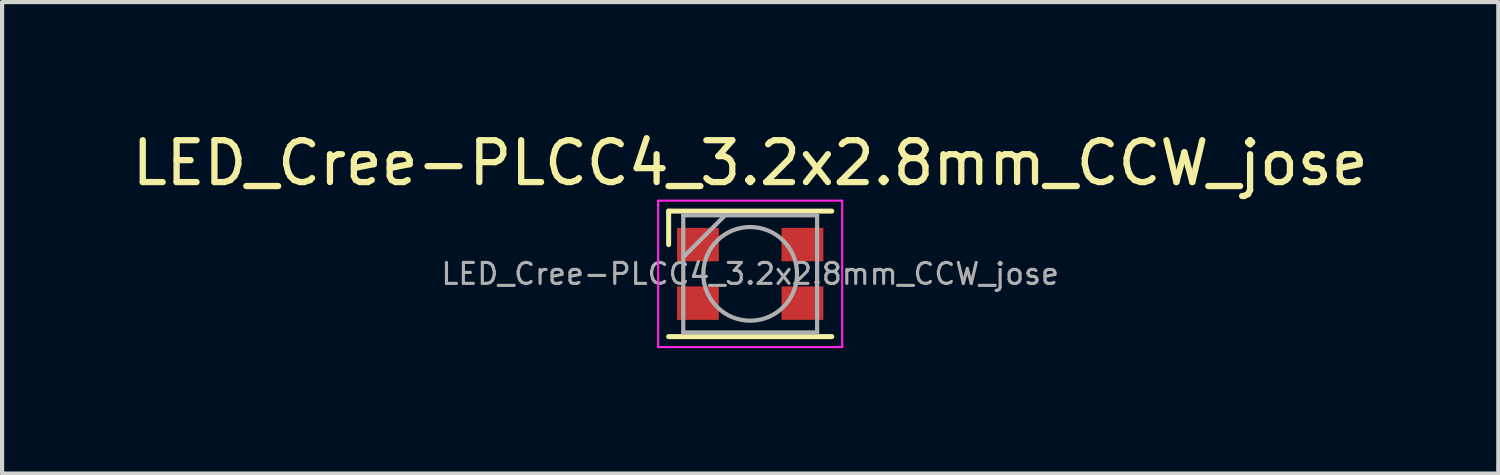
<source format=kicad_pcb>
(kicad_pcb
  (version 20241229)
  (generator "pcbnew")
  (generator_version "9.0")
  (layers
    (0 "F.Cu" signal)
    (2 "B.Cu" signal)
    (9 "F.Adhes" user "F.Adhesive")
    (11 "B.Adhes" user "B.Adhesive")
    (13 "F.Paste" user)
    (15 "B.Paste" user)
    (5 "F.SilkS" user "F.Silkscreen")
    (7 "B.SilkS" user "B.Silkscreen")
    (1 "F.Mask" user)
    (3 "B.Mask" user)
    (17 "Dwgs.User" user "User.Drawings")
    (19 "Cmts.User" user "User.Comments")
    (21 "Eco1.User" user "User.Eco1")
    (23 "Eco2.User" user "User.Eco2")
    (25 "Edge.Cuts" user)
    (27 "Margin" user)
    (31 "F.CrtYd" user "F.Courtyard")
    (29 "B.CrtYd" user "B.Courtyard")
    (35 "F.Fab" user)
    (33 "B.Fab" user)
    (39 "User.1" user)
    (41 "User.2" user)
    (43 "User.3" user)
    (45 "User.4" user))
  (footprint "LED_Cree-PLCC4_3.2x2.8mm_CCW_jose"
    (layer "F.Cu")
    (at 14.887 3.498)
    (property "Reference" "LED_Cree-PLCC4_3.2x2.8mm_CCW_jose" (at 0 -2.65 0) (layer "F.SilkS") (effects (font (size 1 1) (thickness 0.15))))
    (attr smd)
    (fp_line (start -1.95 -1.5) (end 1.95 -1.5) (stroke (width 0.12) (type solid)) (layer "F.SilkS"))
    (fp_line (start -1.95 -0.7) (end -1.95 -1.5) (stroke (width 0.12) (type solid)) (layer "F.SilkS"))
    (fp_line (start -1.95 1.5) (end 1.95 1.5) (stroke (width 0.12) (type solid)) (layer "F.SilkS"))
    (fp_line (start -2.2 -1.75) (end -2.2 1.75) (stroke (width 0.05) (type solid)) (layer "F.CrtYd"))
    (fp_line (start -2.2 1.75) (end 2.2 1.75) (stroke (width 0.05) (type solid)) (layer "F.CrtYd"))
    (fp_line (start 2.2 -1.75) (end -2.2 -1.75) (stroke (width 0.05) (type solid)) (layer "F.CrtYd"))
    (fp_line (start 2.2 1.75) (end 2.2 -1.75) (stroke (width 0.05) (type solid)) (layer "F.CrtYd"))
    (fp_line (start -1.6 -1.4) (end -1.6 1.4) (stroke (width 0.1) (type solid)) (layer "F.Fab"))
    (fp_line (start -1.6 1.4) (end 1.6 1.4) (stroke (width 0.1) (type solid)) (layer "F.Fab"))
    (fp_line (start -0.6 -1.4) (end -1.6 -0.4) (stroke (width 0.1) (type solid)) (layer "F.Fab"))
    (fp_line (start 1.6 -1.4) (end -1.6 -1.4) (stroke (width 0.1) (type solid)) (layer "F.Fab"))
    (fp_line (start 1.6 1.4) (end 1.6 -1.4) (stroke (width 0.1) (type solid)) (layer "F.Fab"))
    (fp_circle (center 0 0) (end 1.12 0) (stroke (width 0.1) (type solid)) (fill no) (layer "F.Fab"))
    (fp_text user "${REFERENCE}" (at 0 0 0) (layer "F.Fab") (effects (font (size 0.5 0.5) (thickness 0.075))))
    (pad "1" smd rect (at -1.25 -0.7) (size 1 0.8) (layers "F.Cu" "F.Mask" "F.Paste"))
    (pad "2" smd rect (at -1.25 0.7) (size 1 0.8) (layers "F.Cu" "F.Mask" "F.Paste"))
    (pad "3" smd rect (at 1.25 -0.7) (size 1 0.8) (layers "F.Cu" "F.Mask" "F.Paste"))
    (pad "4" smd rect (at 1.25 0.7) (size 1 0.8) (layers "F.Cu" "F.Mask" "F.Paste")))
  (gr_rect
    (start -3 -3)
    (end 32.774 8.273)
    (stroke (width 0.1) (type default))
    (fill no)
    (layer "Edge.Cuts")))
</source>
